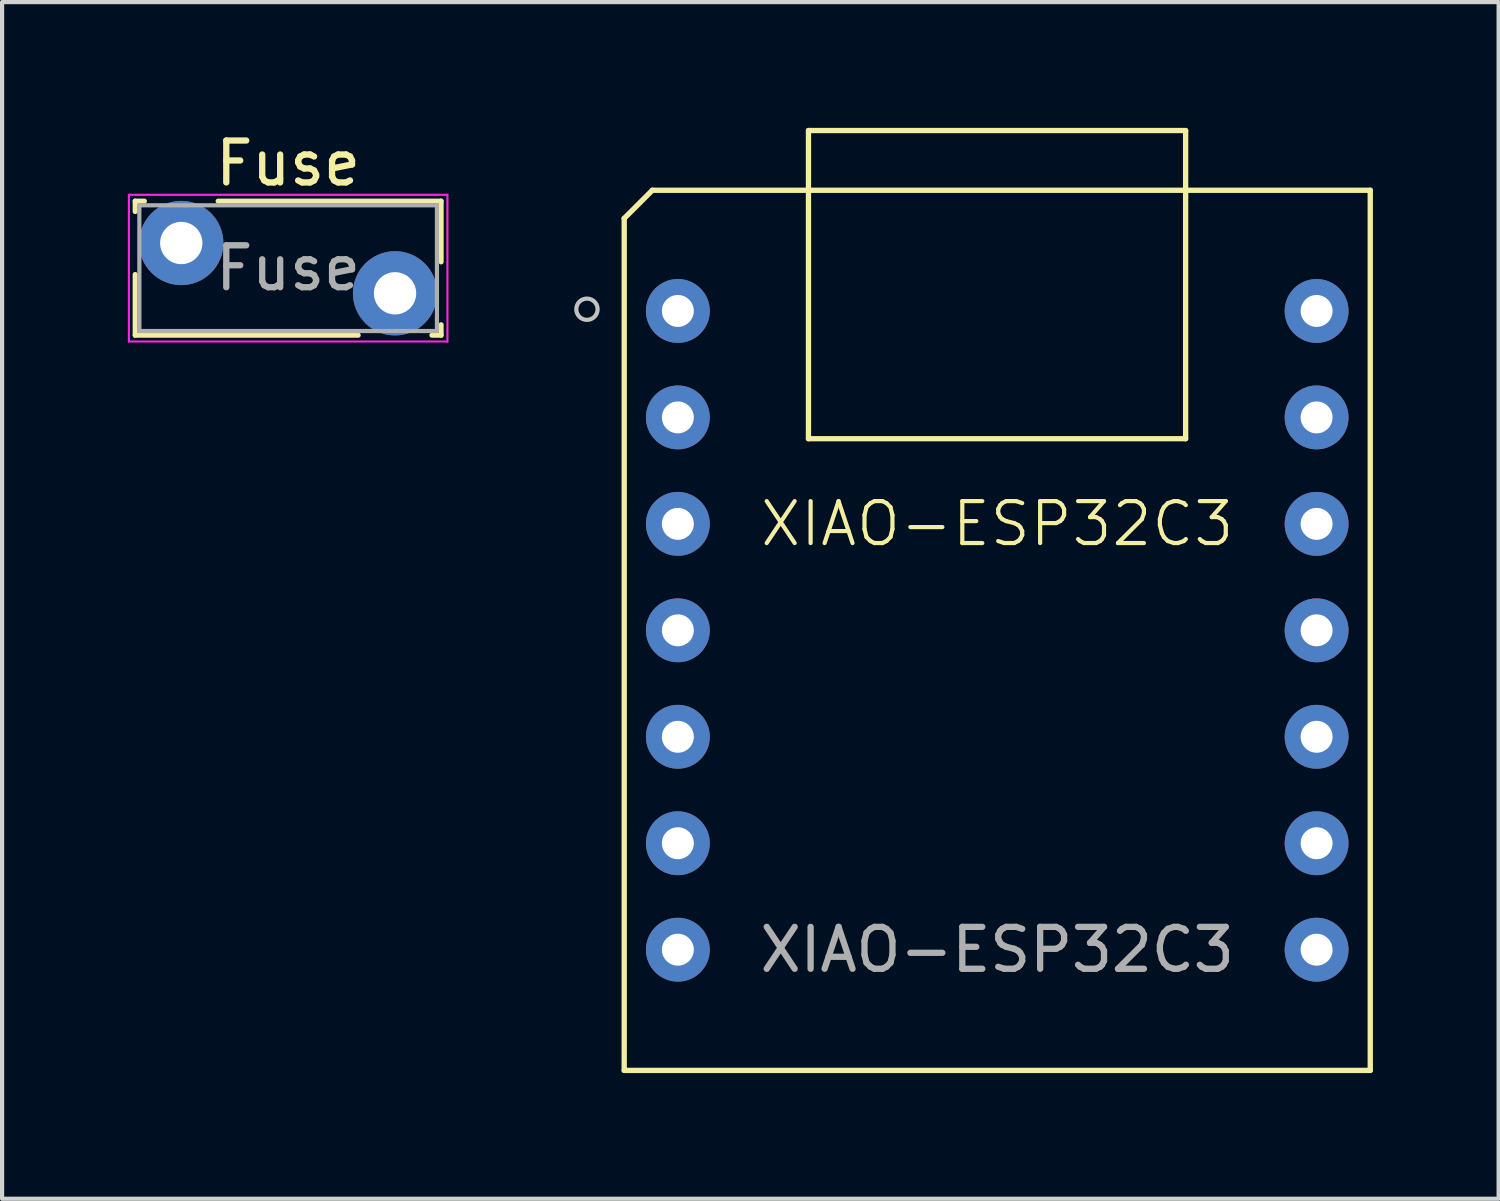
<source format=kicad_pcb>
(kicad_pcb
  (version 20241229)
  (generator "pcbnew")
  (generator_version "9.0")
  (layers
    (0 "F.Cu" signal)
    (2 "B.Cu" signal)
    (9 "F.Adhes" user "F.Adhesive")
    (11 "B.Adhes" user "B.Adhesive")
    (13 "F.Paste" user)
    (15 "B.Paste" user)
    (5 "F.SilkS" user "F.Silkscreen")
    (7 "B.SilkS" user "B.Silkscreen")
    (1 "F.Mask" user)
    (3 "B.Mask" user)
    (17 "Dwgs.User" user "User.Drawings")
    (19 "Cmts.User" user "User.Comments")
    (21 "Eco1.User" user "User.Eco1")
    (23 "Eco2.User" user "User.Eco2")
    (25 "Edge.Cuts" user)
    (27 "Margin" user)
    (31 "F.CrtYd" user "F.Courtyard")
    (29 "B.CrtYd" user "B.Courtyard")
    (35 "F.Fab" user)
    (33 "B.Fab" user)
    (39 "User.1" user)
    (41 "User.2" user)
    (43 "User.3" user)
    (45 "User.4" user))
  (footprint "XIAO-ESP32C3"
    (layer "F.Cu")
    (at 20.743 11.989)
    (property "Reference" "XIAO-ESP32C3" (at 0 -2.54 0) (unlocked yes) (layer "F.SilkS") (effects (font (size 1 1) (thickness 0.1))))
    (attr through_hole)
    (fp_line (start -8.9 -9.829) (end -8.9 10.5) (stroke (width 0.127) (type solid)) (layer "F.SilkS"))
    (fp_line (start -8.9 10.5) (end 8.9 10.5) (stroke (width 0.127) (type solid)) (layer "F.SilkS"))
    (fp_line (start -8.228 -10.5) (end -8.9 -9.829) (stroke (width 0.127) (type solid)) (layer "F.SilkS"))
    (fp_line (start -4.504 -4.572) (end -4.504 -11.925) (stroke (width 0.127) (type solid)) (layer "F.SilkS"))
    (fp_line (start -4.5 -11.924) (end 4.495 -11.924) (stroke (width 0.127) (type solid)) (layer "F.SilkS"))
    (fp_line (start 4.495 -11.924) (end 4.495 -4.572) (stroke (width 0.127) (type solid)) (layer "F.SilkS"))
    (fp_line (start 4.495 -4.572) (end -4.504 -4.572) (stroke (width 0.127) (type solid)) (layer "F.SilkS"))
    (fp_line (start 8.9 -10.5) (end -8.228 -10.5) (stroke (width 0.127) (type solid)) (layer "F.SilkS"))
    (fp_line (start 8.9 10.5) (end 8.9 -10.5) (stroke (width 0.127) (type solid)) (layer "F.SilkS"))
    (fp_circle (center -9.789 -7.661) (end -9.535 -7.661) (stroke (width 0.1) (type solid)) (fill no) (layer "Dwgs.User"))
    (fp_text user "${REFERENCE}" (at 0 7.62 0) (unlocked yes) (layer "F.Fab") (effects (font (size 1 1) (thickness 0.15))))
    (pad "1" thru_hole circle (at -7.62 -7.62) (size 1.524 1.524) (drill 0.762) (layers "*.Cu" "*.Mask"))
    (pad "2" thru_hole circle (at -7.62 -5.08) (size 1.524 1.524) (drill 0.762) (layers "*.Cu" "*.Mask"))
    (pad "3" thru_hole circle (at -7.62 -2.54) (size 1.524 1.524) (drill 0.762) (layers "*.Cu" "*.Mask"))
    (pad "4" thru_hole circle (at -7.62 0) (size 1.524 1.524) (drill 0.762) (layers "*.Cu" "*.Mask"))
    (pad "5" thru_hole circle (at -7.62 2.54) (size 1.524 1.524) (drill 0.762) (layers "*.Cu" "*.Mask"))
    (pad "6" thru_hole circle (at -7.62 5.08) (size 1.524 1.524) (drill 0.762) (layers "*.Cu" "*.Mask"))
    (pad "7" thru_hole circle (at -7.62 7.62) (size 1.524 1.524) (drill 0.762) (layers "*.Cu" "*.Mask"))
    (pad "8" thru_hole circle (at 7.62 -7.62) (size 1.524 1.524) (drill 0.762) (layers "*.Cu" "*.Mask"))
    (pad "9" thru_hole circle (at 7.62 -5.08) (size 1.524 1.524) (drill 0.762) (layers "*.Cu" "*.Mask"))
    (pad "10" thru_hole circle (at 7.62 -2.54) (size 1.524 1.524) (drill 0.762) (layers "*.Cu" "*.Mask"))
    (pad "11" thru_hole circle (at 7.62 0) (size 1.524 1.524) (drill 0.762) (layers "*.Cu" "*.Mask"))
    (pad "12" thru_hole circle (at 7.62 2.54) (size 1.524 1.524) (drill 0.762) (layers "*.Cu" "*.Mask"))
    (pad "13" thru_hole circle (at 7.62 5.08) (size 1.524 1.524) (drill 0.762) (layers "*.Cu" "*.Mask"))
    (pad "14" thru_hole circle (at 7.62 7.62) (size 1.524 1.524) (drill 0.762) (layers "*.Cu" "*.Mask")))
  (footprint "Fuse"
    (layer "F.Cu")
    (at 1.275 2.748)
    (property "Reference" "Fuse" (at 2.55 -1.9 0) (layer "F.SilkS") (effects (font (size 1 1) (thickness 0.15))))
    (attr through_hole)
    (fp_line (start -1.1 -1) (end -1.1 -0.75) (stroke (width 0.12) (type solid)) (layer "F.SilkS"))
    (fp_line (start -1.1 -1) (end -0.879 -1) (stroke (width 0.12) (type solid)) (layer "F.SilkS"))
    (fp_line (start -1.1 0.75) (end -1.1 2.2) (stroke (width 0.12) (type solid)) (layer "F.SilkS"))
    (fp_line (start -1.1 2.2) (end 4.222 2.2) (stroke (width 0.12) (type solid)) (layer "F.SilkS"))
    (fp_line (start 0.879 -1) (end 6.2 -1) (stroke (width 0.12) (type solid)) (layer "F.SilkS"))
    (fp_line (start 5.979 2.2) (end 6.2 2.2) (stroke (width 0.12) (type solid)) (layer "F.SilkS"))
    (fp_line (start 6.2 -1) (end 6.2 0.451) (stroke (width 0.12) (type solid)) (layer "F.SilkS"))
    (fp_line (start 6.2 1.95) (end 6.2 2.2) (stroke (width 0.12) (type solid)) (layer "F.SilkS"))
    (fp_line (start -1.25 -1.15) (end -1.25 2.35) (stroke (width 0.05) (type solid)) (layer "F.CrtYd"))
    (fp_line (start -1.25 2.35) (end 6.35 2.35) (stroke (width 0.05) (type solid)) (layer "F.CrtYd"))
    (fp_line (start 6.35 -1.15) (end -1.25 -1.15) (stroke (width 0.05) (type solid)) (layer "F.CrtYd"))
    (fp_line (start 6.35 2.35) (end 6.35 -1.15) (stroke (width 0.05) (type solid)) (layer "F.CrtYd"))
    (fp_line (start -1 -0.9) (end -1 2.1) (stroke (width 0.1) (type solid)) (layer "F.Fab"))
    (fp_line (start -1 2.1) (end 6.1 2.1) (stroke (width 0.1) (type solid)) (layer "F.Fab"))
    (fp_line (start 6.1 -0.9) (end -1 -0.9) (stroke (width 0.1) (type solid)) (layer "F.Fab"))
    (fp_line (start 6.1 2.1) (end 6.1 -0.9) (stroke (width 0.1) (type solid)) (layer "F.Fab"))
    (fp_text user "${REFERENCE}" (at 2.55 0.6 0) (layer "F.Fab") (effects (font (size 1 1) (thickness 0.15))))
    (pad "1" thru_hole circle (at 0 0) (size 2.01 2.01) (drill 1.01) (layers "*.Cu" "*.Mask"))
    (pad "2" thru_hole circle (at 5.1 1.2) (size 2.01 2.01) (drill 1.01) (layers "*.Cu" "*.Mask")))
  (gr_rect
    (start -3 -3)
    (end 32.706 25.552)
    (stroke (width 0.1) (type default))
    (fill no)
    (layer "Edge.Cuts")))
</source>
